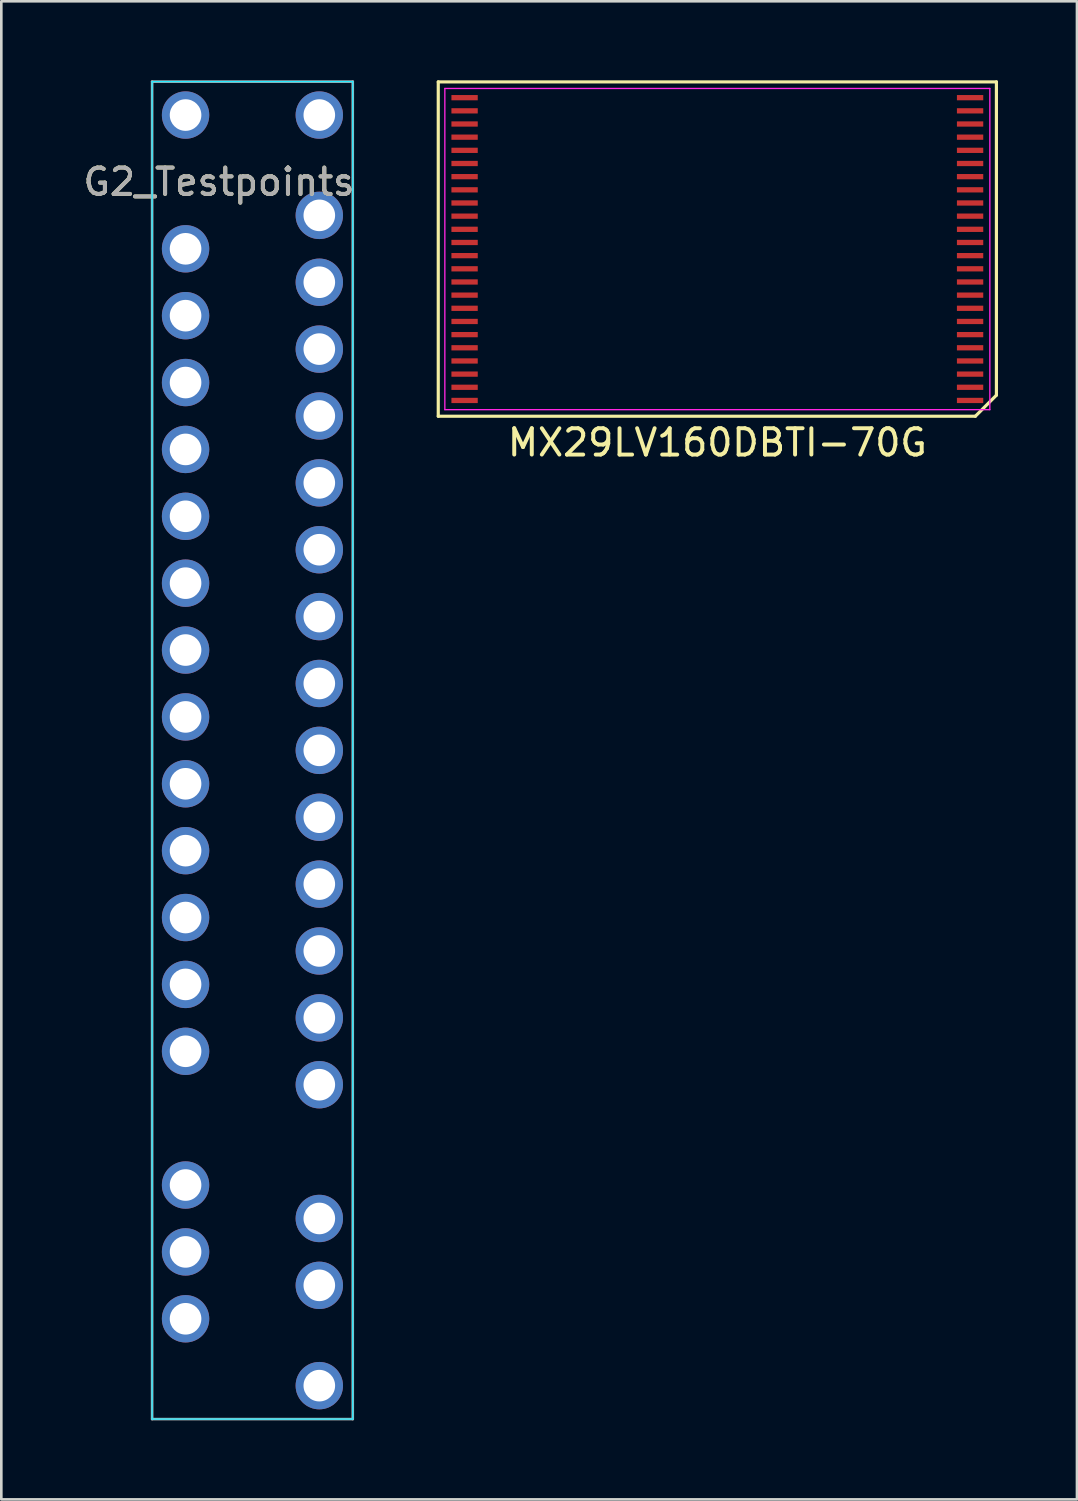
<source format=kicad_pcb>
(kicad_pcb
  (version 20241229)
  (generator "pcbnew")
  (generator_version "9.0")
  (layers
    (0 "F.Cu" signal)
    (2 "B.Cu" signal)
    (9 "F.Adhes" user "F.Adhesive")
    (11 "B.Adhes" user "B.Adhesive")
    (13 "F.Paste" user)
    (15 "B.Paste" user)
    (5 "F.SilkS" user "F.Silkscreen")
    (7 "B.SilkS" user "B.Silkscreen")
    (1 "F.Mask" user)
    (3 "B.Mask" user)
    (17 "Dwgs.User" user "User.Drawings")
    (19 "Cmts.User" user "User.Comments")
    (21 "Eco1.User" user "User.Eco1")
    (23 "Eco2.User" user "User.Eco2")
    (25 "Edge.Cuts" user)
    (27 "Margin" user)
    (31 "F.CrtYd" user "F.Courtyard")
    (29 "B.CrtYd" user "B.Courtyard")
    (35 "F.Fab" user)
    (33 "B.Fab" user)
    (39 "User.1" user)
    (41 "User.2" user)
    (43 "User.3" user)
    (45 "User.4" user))
  (footprint "MX29LV160DBTI-70G"
    (layer "F.Cu")
    (at 23.796 6.61)
    (property "Reference" "MX29LV160DBTI-70G" (at 0.4 7.15 180) (layer "F.SilkS") (effects (font (size 1 1) (thickness 0.15))))
    (attr smd)
    (fp_line (start -10.2 -6.55) (end 11 -6.55) (stroke (width 0.12) (type solid)) (layer "F.SilkS"))
    (fp_line (start -10.2 6.15) (end -10.2 -6.55) (stroke (width 0.12) (type solid)) (layer "F.SilkS"))
    (fp_line (start 10.2 6.15) (end -10.2 6.15) (stroke (width 0.12) (type solid)) (layer "F.SilkS"))
    (fp_line (start 11 -6.55) (end 11 5.35) (stroke (width 0.12) (type solid)) (layer "F.SilkS"))
    (fp_line (start 11 5.35) (end 10.2 6.15) (stroke (width 0.12) (type solid)) (layer "F.SilkS"))
    (fp_line (start -9.95 -6.3) (end 10.75 -6.3) (stroke (width 0.05) (type solid)) (layer "F.CrtYd"))
    (fp_line (start -9.95 5.9) (end -9.95 -6.3) (stroke (width 0.05) (type solid)) (layer "F.CrtYd"))
    (fp_line (start 10.75 -6.3) (end 10.75 5.9) (stroke (width 0.05) (type solid)) (layer "F.CrtYd"))
    (fp_line (start 10.75 5.9) (end -9.95 5.9) (stroke (width 0.05) (type solid)) (layer "F.CrtYd"))
    (pad "1" smd rect (at 10 5.55 90) (size 0.2 1) (layers "F.Cu" "F.Mask" "F.Paste"))
    (pad "2" smd rect (at 10 5.05 90) (size 0.2 1) (layers "F.Cu" "F.Mask" "F.Paste"))
    (pad "3" smd rect (at 10 4.55 90) (size 0.2 1) (layers "F.Cu" "F.Mask" "F.Paste"))
    (pad "4" smd rect (at 10 4.05 90) (size 0.2 1) (layers "F.Cu" "F.Mask" "F.Paste"))
    (pad "5" smd rect (at 10 3.55 90) (size 0.2 1) (layers "F.Cu" "F.Mask" "F.Paste"))
    (pad "6" smd rect (at 10 3.05 90) (size 0.2 1) (layers "F.Cu" "F.Mask" "F.Paste"))
    (pad "7" smd rect (at 10 2.55 90) (size 0.2 1) (layers "F.Cu" "F.Mask" "F.Paste"))
    (pad "8" smd rect (at 10 2.05 90) (size 0.2 1) (layers "F.Cu" "F.Mask" "F.Paste"))
    (pad "9" smd rect (at 10 1.55 90) (size 0.2 1) (layers "F.Cu" "F.Mask" "F.Paste"))
    (pad "10" smd rect (at 10 1.05 90) (size 0.2 1) (layers "F.Cu" "F.Mask" "F.Paste"))
    (pad "11" smd rect (at 10 0.55 90) (size 0.2 1) (layers "F.Cu" "F.Mask" "F.Paste"))
    (pad "12" smd rect (at 10 0.05 90) (size 0.2 1) (layers "F.Cu" "F.Mask" "F.Paste"))
    (pad "13" smd rect (at 10 -0.45 90) (size 0.2 1) (layers "F.Cu" "F.Mask" "F.Paste"))
    (pad "14" smd rect (at 10 -0.95 90) (size 0.2 1) (layers "F.Cu" "F.Mask" "F.Paste"))
    (pad "15" smd rect (at 10 -1.45 90) (size 0.2 1) (layers "F.Cu" "F.Mask" "F.Paste"))
    (pad "16" smd rect (at 10 -1.95 90) (size 0.2 1) (layers "F.Cu" "F.Mask" "F.Paste"))
    (pad "17" smd rect (at 10 -2.45 90) (size 0.2 1) (layers "F.Cu" "F.Mask" "F.Paste"))
    (pad "18" smd rect (at 10 -2.95 90) (size 0.2 1) (layers "F.Cu" "F.Mask" "F.Paste"))
    (pad "19" smd rect (at 10 -3.45 90) (size 0.2 1) (layers "F.Cu" "F.Mask" "F.Paste"))
    (pad "20" smd rect (at 10 -3.95 90) (size 0.2 1) (layers "F.Cu" "F.Mask" "F.Paste"))
    (pad "21" smd rect (at 10 -4.45 90) (size 0.2 1) (layers "F.Cu" "F.Mask" "F.Paste"))
    (pad "22" smd rect (at 10 -4.95 90) (size 0.2 1) (layers "F.Cu" "F.Mask" "F.Paste"))
    (pad "23" smd rect (at 10 -5.45 90) (size 0.2 1) (layers "F.Cu" "F.Mask" "F.Paste"))
    (pad "24" smd rect (at 10 -5.95 90) (size 0.2 1) (layers "F.Cu" "F.Mask" "F.Paste"))
    (pad "25" smd rect (at -9.2 -5.95 90) (size 0.2 1) (layers "F.Cu" "F.Mask" "F.Paste"))
    (pad "26" smd rect (at -9.2 -5.45 90) (size 0.2 1) (layers "F.Cu" "F.Mask" "F.Paste"))
    (pad "27" smd rect (at -9.2 -4.95 90) (size 0.2 1) (layers "F.Cu" "F.Mask" "F.Paste"))
    (pad "28" smd rect (at -9.2 -4.45 90) (size 0.2 1) (layers "F.Cu" "F.Mask" "F.Paste"))
    (pad "29" smd rect (at -9.2 -3.95 90) (size 0.2 1) (layers "F.Cu" "F.Mask" "F.Paste"))
    (pad "30" smd rect (at -9.2 -3.45 90) (size 0.2 1) (layers "F.Cu" "F.Mask" "F.Paste"))
    (pad "31" smd rect (at -9.2 -2.95 90) (size 0.2 1) (layers "F.Cu" "F.Mask" "F.Paste"))
    (pad "32" smd rect (at -9.2 -2.45 90) (size 0.2 1) (layers "F.Cu" "F.Mask" "F.Paste"))
    (pad "33" smd rect (at -9.2 -1.95 90) (size 0.2 1) (layers "F.Cu" "F.Mask" "F.Paste"))
    (pad "34" smd rect (at -9.2 -1.45 90) (size 0.2 1) (layers "F.Cu" "F.Mask" "F.Paste"))
    (pad "35" smd rect (at -9.2 -0.95 90) (size 0.2 1) (layers "F.Cu" "F.Mask" "F.Paste"))
    (pad "36" smd rect (at -9.2 -0.45 90) (size 0.2 1) (layers "F.Cu" "F.Mask" "F.Paste"))
    (pad "37" smd rect (at -9.2 0.05 90) (size 0.2 1) (layers "F.Cu" "F.Mask" "F.Paste"))
    (pad "38" smd rect (at -9.2 0.55 90) (size 0.2 1) (layers "F.Cu" "F.Mask" "F.Paste"))
    (pad "39" smd rect (at -9.2 1.05 90) (size 0.2 1) (layers "F.Cu" "F.Mask" "F.Paste"))
    (pad "40" smd rect (at -9.2 1.55 90) (size 0.2 1) (layers "F.Cu" "F.Mask" "F.Paste"))
    (pad "41" smd rect (at -9.2 2.05 90) (size 0.2 1) (layers "F.Cu" "F.Mask" "F.Paste"))
    (pad "42" smd rect (at -9.2 2.55 90) (size 0.2 1) (layers "F.Cu" "F.Mask" "F.Paste"))
    (pad "43" smd rect (at -9.2 3.05 90) (size 0.2 1) (layers "F.Cu" "F.Mask" "F.Paste"))
    (pad "44" smd rect (at -9.2 3.55 90) (size 0.2 1) (layers "F.Cu" "F.Mask" "F.Paste"))
    (pad "45" smd rect (at -9.2 4.05 90) (size 0.2 1) (layers "F.Cu" "F.Mask" "F.Paste"))
    (pad "46" smd rect (at -9.2 4.55 90) (size 0.2 1) (layers "F.Cu" "F.Mask" "F.Paste"))
    (pad "47" smd rect (at -9.2 5.05 90) (size 0.2 1) (layers "F.Cu" "F.Mask" "F.Paste"))
    (pad "48" smd rect (at -9.2 5.55 90) (size 0.2 1) (layers "F.Cu" "F.Mask" "F.Paste")))
  (footprint "G2_Testpoints"
    (layer "F.Cu")
    (at 3.998 1.32)
    (property "Reference" "G2_Testpoints" (at 1.27 2.54 0) (unlocked yes) (layer "F.SilkS") (effects (font (size 1 1) (thickness 0.15))))
    (attr through_hole)
    (fp_line (start -1.27 -1.27) (end 6.35 -1.27) (stroke (width 0.05) (type solid)) (layer "B.CrtYd"))
    (fp_line (start -1.27 49.53) (end -1.27 -1.27) (stroke (width 0.05) (type solid)) (layer "B.CrtYd"))
    (fp_line (start 6.35 -1.27) (end 6.35 49.53) (stroke (width 0.05) (type solid)) (layer "B.CrtYd"))
    (fp_line (start 6.35 49.53) (end -1.27 49.53) (stroke (width 0.05) (type solid)) (layer "B.CrtYd"))
    (fp_line (start -1.27 -1.27) (end -1.27 49.53) (stroke (width 0.1) (type solid)) (layer "F.Fab"))
    (fp_line (start -1.27 49.53) (end 6.35 49.53) (stroke (width 0.1) (type solid)) (layer "F.Fab"))
    (fp_line (start 6.35 -1.27) (end -1.27 -1.27) (stroke (width 0.1) (type solid)) (layer "F.Fab"))
    (fp_line (start 6.35 49.53) (end 6.35 -1.27) (stroke (width 0.1) (type solid)) (layer "F.Fab"))
    (fp_text user "${REFERENCE}" (at 1.27 2.54 0) (unlocked yes) (layer "F.Fab") (effects (font (size 1 1) (thickness 0.15))))
    (pad "4" thru_hole circle (at 5.08 48.26 90) (size 1.8 1.8) (drill 1.2) (layers "*.Cu" "*.Mask"))
    (pad "5" thru_hole circle (at 0 45.72 90) (size 1.8 1.8) (drill 1.2) (layers "*.Cu" "*.Mask"))
    (pad "6" thru_hole circle (at 5.08 44.45 90) (size 1.8 1.8) (drill 1.2) (layers "*.Cu" "*.Mask"))
    (pad "7" thru_hole circle (at 0 43.18 90) (size 1.8 1.8) (drill 1.2) (layers "*.Cu" "*.Mask"))
    (pad "8" thru_hole circle (at 5.08 41.91 90) (size 1.8 1.8) (drill 1.2) (layers "*.Cu" "*.Mask"))
    (pad "9" thru_hole circle (at 0 40.64 90) (size 1.8 1.8) (drill 1.2) (layers "*.Cu" "*.Mask"))
    (pad "13" thru_hole circle (at 5.08 36.83 90) (size 1.8 1.8) (drill 1.2) (layers "*.Cu" "*.Mask"))
    (pad "14" thru_hole circle (at 0 35.56 90) (size 1.8 1.8) (drill 1.2) (layers "*.Cu" "*.Mask"))
    (pad "15" thru_hole circle (at 5.08 34.29 90) (size 1.8 1.8) (drill 1.2) (layers "*.Cu" "*.Mask"))
    (pad "16" thru_hole circle (at 0 33.02 90) (size 1.8 1.8) (drill 1.2) (layers "*.Cu" "*.Mask"))
    (pad "18" thru_hole circle (at 5.08 31.75 90) (size 1.8 1.8) (drill 1.2) (layers "*.Cu" "*.Mask"))
    (pad "20" thru_hole circle (at 0 30.48 90) (size 1.8 1.8) (drill 1.2) (layers "*.Cu" "*.Mask"))
    (pad "21" thru_hole circle (at 5.08 29.21 90) (size 1.8 1.8) (drill 1.2) (layers "*.Cu" "*.Mask"))
    (pad "22" thru_hole circle (at 0 27.94 90) (size 1.8 1.8) (drill 1.2) (layers "*.Cu" "*.Mask"))
    (pad "25" thru_hole circle (at 5.08 26.67 90) (size 1.8 1.8) (drill 1.2) (layers "*.Cu" "*.Mask"))
    (pad "26" thru_hole circle (at 0 25.4 90) (size 1.8 1.8) (drill 1.2) (layers "*.Cu" "*.Mask"))
    (pad "27" thru_hole circle (at 5.08 24.13 90) (size 1.8 1.8) (drill 1.2) (layers "*.Cu" "*.Mask"))
    (pad "28" thru_hole circle (at 0 22.86 90) (size 1.8 1.8) (drill 1.2) (layers "*.Cu" "*.Mask"))
    (pad "29" thru_hole circle (at 5.08 21.59 90) (size 1.8 1.8) (drill 1.2) (layers "*.Cu" "*.Mask"))
    (pad "30" thru_hole circle (at 0 20.32 90) (size 1.8 1.8) (drill 1.2) (layers "*.Cu" "*.Mask"))
    (pad "31" thru_hole circle (at 5.08 19.05 90) (size 1.8 1.8) (drill 1.2) (layers "*.Cu" "*.Mask"))
    (pad "32" thru_hole circle (at 0 17.78 90) (size 1.8 1.8) (drill 1.2) (layers "*.Cu" "*.Mask"))
    (pad "33" thru_hole circle (at 5.08 16.51 90) (size 1.8 1.8) (drill 1.2) (layers "*.Cu" "*.Mask"))
    (pad "34" thru_hole circle (at 0 15.24 90) (size 1.8 1.8) (drill 1.2) (layers "*.Cu" "*.Mask"))
    (pad "35" thru_hole circle (at 5.08 13.97 90) (size 1.8 1.8) (drill 1.2) (layers "*.Cu" "*.Mask"))
    (pad "36" thru_hole circle (at 0 12.7 90) (size 1.8 1.8) (drill 1.2) (layers "*.Cu" "*.Mask"))
    (pad "37" thru_hole circle (at 5.08 11.43 90) (size 1.8 1.8) (drill 1.2) (layers "*.Cu" "*.Mask"))
    (pad "38" thru_hole circle (at 0 10.16 90) (size 1.8 1.8) (drill 1.2) (layers "*.Cu" "*.Mask"))
    (pad "39" thru_hole circle (at 5.08 8.89 90) (size 1.8 1.8) (drill 1.2) (layers "*.Cu" "*.Mask"))
    (pad "40" thru_hole circle (at 0 7.62 90) (size 1.8 1.8) (drill 1.2) (layers "*.Cu" "*.Mask"))
    (pad "43" thru_hole circle (at 5.08 6.35 90) (size 1.8 1.8) (drill 1.2) (layers "*.Cu" "*.Mask"))
    (pad "45" thru_hole circle (at 0 5.08 90) (size 1.8 1.8) (drill 1.2) (layers "*.Cu" "*.Mask"))
    (pad "46" thru_hole circle (at 5.08 3.81 90) (size 1.8 1.8) (drill 1.2) (layers "*.Cu" "*.Mask"))
    (pad "49" thru_hole circle (at 5.08 0 90) (size 1.8 1.8) (drill 1.2) (layers "*.Cu" "*.Mask"))
    (pad "50" thru_hole circle (at 0 0 90) (size 1.8 1.8) (drill 1.2) (layers "*.Cu" "*.Mask")))
  (gr_rect
    (start -3 -3)
    (end 37.856 53.9)
    (stroke (width 0.1) (type default))
    (fill no)
    (layer "Edge.Cuts")))
</source>
